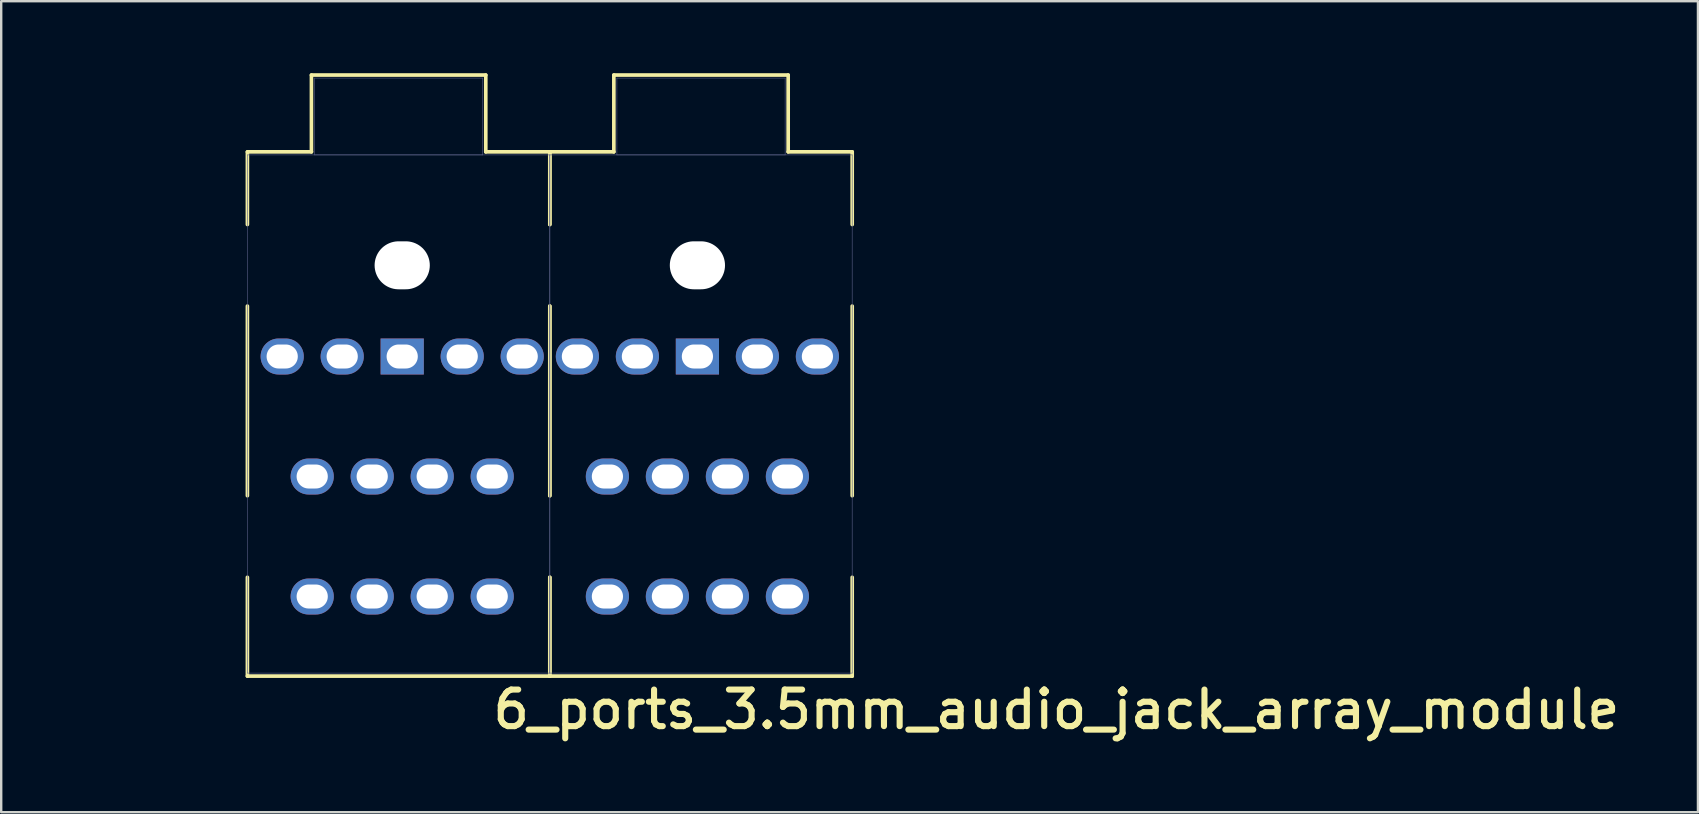
<source format=kicad_pcb>
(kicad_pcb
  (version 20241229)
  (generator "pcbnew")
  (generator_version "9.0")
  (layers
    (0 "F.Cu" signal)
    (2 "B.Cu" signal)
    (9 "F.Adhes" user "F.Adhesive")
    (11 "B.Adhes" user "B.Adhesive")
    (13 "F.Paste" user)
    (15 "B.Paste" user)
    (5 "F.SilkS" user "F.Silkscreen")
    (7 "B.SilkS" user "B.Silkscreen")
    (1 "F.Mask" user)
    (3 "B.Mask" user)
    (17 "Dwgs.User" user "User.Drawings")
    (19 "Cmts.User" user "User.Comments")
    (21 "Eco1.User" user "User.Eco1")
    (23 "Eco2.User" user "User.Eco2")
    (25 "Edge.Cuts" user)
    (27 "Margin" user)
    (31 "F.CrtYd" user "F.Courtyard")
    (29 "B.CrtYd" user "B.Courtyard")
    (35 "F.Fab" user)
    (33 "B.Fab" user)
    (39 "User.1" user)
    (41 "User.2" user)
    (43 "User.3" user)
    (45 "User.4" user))
  (footprint "6_ports_3.5mm_audio_jack_array_module"
    (layer "F.Cu")
    (at 19.858 11.804)
    (property "Reference" "6_ports_3.5mm_audio_jack_array_module" (at -2.5 15.6 0) (unlocked yes) (layer "F.SilkS") (effects (font (size 1.524 1.524) (thickness 0.254)) (justify left bottom)))
    (fp_line (start -12.6 -8.527) (end -12.6 -5.499) (stroke (width 0.152) (type solid)) (layer "F.SilkS"))
    (fp_line (start -12.6 -8.527) (end -9.932 -8.527) (stroke (width 0.152) (type solid)) (layer "F.SilkS"))
    (fp_line (start -12.6 -2.101) (end -12.6 5.801) (stroke (width 0.152) (type solid)) (layer "F.SilkS"))
    (fp_line (start -12.6 9.199) (end -12.6 13.317) (stroke (width 0.152) (type solid)) (layer "F.SilkS"))
    (fp_line (start -12.6 13.317) (end 0 13.317) (stroke (width 0.152) (type solid)) (layer "F.SilkS"))
    (fp_line (start -9.932 -11.727) (end -9.932 -8.527) (stroke (width 0.152) (type solid)) (layer "F.SilkS"))
    (fp_line (start -9.932 -11.727) (end -2.668 -11.727) (stroke (width 0.152) (type solid)) (layer "F.SilkS"))
    (fp_line (start -2.668 -11.727) (end -2.668 -8.527) (stroke (width 0.152) (type solid)) (layer "F.SilkS"))
    (fp_line (start -2.668 -8.527) (end 0 -8.527) (stroke (width 0.152) (type solid)) (layer "F.SilkS"))
    (fp_line (start 0 -8.527) (end 0 -5.499) (stroke (width 0.152) (type solid)) (layer "F.SilkS"))
    (fp_line (start 0 -8.527) (end 0 -5.499) (stroke (width 0.152) (type solid)) (layer "F.SilkS"))
    (fp_line (start 0 -8.527) (end 2.668 -8.527) (stroke (width 0.152) (type solid)) (layer "F.SilkS"))
    (fp_line (start 0 -2.101) (end 0 5.801) (stroke (width 0.152) (type solid)) (layer "F.SilkS"))
    (fp_line (start 0 -2.101) (end 0 5.801) (stroke (width 0.152) (type solid)) (layer "F.SilkS"))
    (fp_line (start 0 9.199) (end 0 13.317) (stroke (width 0.152) (type solid)) (layer "F.SilkS"))
    (fp_line (start 0 9.199) (end 0 13.317) (stroke (width 0.152) (type solid)) (layer "F.SilkS"))
    (fp_line (start 0 13.317) (end 12.6 13.317) (stroke (width 0.152) (type solid)) (layer "F.SilkS"))
    (fp_line (start 2.668 -11.727) (end 2.668 -8.527) (stroke (width 0.152) (type solid)) (layer "F.SilkS"))
    (fp_line (start 2.668 -11.727) (end 9.932 -11.727) (stroke (width 0.152) (type solid)) (layer "F.SilkS"))
    (fp_line (start 9.932 -11.727) (end 9.932 -8.527) (stroke (width 0.152) (type solid)) (layer "F.SilkS"))
    (fp_line (start 9.932 -8.527) (end 12.6 -8.527) (stroke (width 0.152) (type solid)) (layer "F.SilkS"))
    (fp_line (start 12.6 -8.527) (end 12.6 -5.499) (stroke (width 0.152) (type solid)) (layer "F.SilkS"))
    (fp_line (start 12.6 -2.101) (end 12.6 5.801) (stroke (width 0.152) (type solid)) (layer "F.SilkS"))
    (fp_line (start 12.6 9.199) (end 12.6 13.317) (stroke (width 0.152) (type solid)) (layer "F.SilkS"))
    (fp_line (start -12.599 -8.4) (end -12.599 13.19) (stroke (width 0.025) (type solid)) (layer "B.Fab"))
    (fp_line (start -12.599 -8.4) (end -0.001 -8.4) (stroke (width 0.025) (type solid)) (layer "B.Fab"))
    (fp_line (start -12.599 13.19) (end -0.001 13.19) (stroke (width 0.025) (type solid)) (layer "B.Fab"))
    (fp_line (start -9.805 -11.6) (end -9.805 -8.4) (stroke (width 0.025) (type solid)) (layer "B.Fab"))
    (fp_line (start -9.805 -11.6) (end -2.795 -11.6) (stroke (width 0.025) (type solid)) (layer "B.Fab"))
    (fp_line (start -9.805 -8.4) (end -2.795 -8.4) (stroke (width 0.025) (type solid)) (layer "B.Fab"))
    (fp_line (start -2.795 -11.6) (end -2.795 -8.4) (stroke (width 0.025) (type solid)) (layer "B.Fab"))
    (fp_line (start -0.001 -8.4) (end -0.001 13.19) (stroke (width 0.025) (type solid)) (layer "B.Fab"))
    (fp_line (start 0.001 -8.4) (end 0.001 13.19) (stroke (width 0.025) (type solid)) (layer "B.Fab"))
    (fp_line (start 0.001 -8.4) (end 12.599 -8.4) (stroke (width 0.025) (type solid)) (layer "B.Fab"))
    (fp_line (start 0.001 13.19) (end 12.599 13.19) (stroke (width 0.025) (type solid)) (layer "B.Fab"))
    (fp_line (start 2.795 -11.6) (end 2.795 -8.4) (stroke (width 0.025) (type solid)) (layer "B.Fab"))
    (fp_line (start 2.795 -11.6) (end 9.805 -11.6) (stroke (width 0.025) (type solid)) (layer "B.Fab"))
    (fp_line (start 2.795 -8.4) (end 9.805 -8.4) (stroke (width 0.025) (type solid)) (layer "B.Fab"))
    (fp_line (start 9.805 -11.6) (end 9.805 -8.4) (stroke (width 0.025) (type solid)) (layer "B.Fab"))
    (fp_line (start 12.599 -8.4) (end 12.599 13.19) (stroke (width 0.025) (type solid)) (layer "B.Fab"))
    (fp_circle (center -18.9 0) (end -18.002 0) (stroke (width 0.12) (type solid)) (fill no) (layer "User.1"))
    (fp_circle (center -6.3 0.000036) (end -6 0.2) (stroke (width 0.12) (type solid)) (fill no) (layer "User.1"))
    (fp_circle (center -1.3 0) (end -1.1 0.1) (stroke (width 0.12) (type solid)) (fill no) (layer "User.1"))
    (fp_circle (center 1.3 0) (end 1.4 0.2) (stroke (width 0.12) (type solid)) (fill no) (layer "User.1"))
    (fp_circle (center 6.3 0) (end 6.5 0.2) (stroke (width 0.12) (type solid)) (fill no) (layer "User.1"))
    (fp_circle (center 18.9 0) (end 19.798 0) (stroke (width 0.12) (type solid)) (fill no) (layer "User.1"))
    (fp_line (start -13.1 -4.95) (end -12.1 -4.95) (stroke (width 0.12) (type solid)) (layer "User.2"))
    (fp_line (start -13.1 -2.65) (end -12.1 -2.65) (stroke (width 0.12) (type solid)) (layer "User.2"))
    (fp_line (start -13.1 6.35) (end -12.1 6.35) (stroke (width 0.12) (type solid)) (layer "User.2"))
    (fp_line (start -13.1 8.65) (end -12.1 8.65) (stroke (width 0.12) (type solid)) (layer "User.2"))
    (fp_line (start -0.5 -4.95) (end 0.5 -4.95) (stroke (width 0.12) (type solid)) (layer "User.2"))
    (fp_line (start -0.5 -2.65) (end 0.5 -2.65) (stroke (width 0.12) (type solid)) (layer "User.2"))
    (fp_line (start -0.5 6.35) (end 0.5 6.35) (stroke (width 0.12) (type solid)) (layer "User.2"))
    (fp_line (start -0.5 8.65) (end 0.5 8.65) (stroke (width 0.12) (type solid)) (layer "User.2"))
    (fp_line (start 12.05 -4.95) (end 13.05 -4.95) (stroke (width 0.12) (type solid)) (layer "User.2"))
    (fp_line (start 12.05 -2.65) (end 13.05 -2.65) (stroke (width 0.12) (type solid)) (layer "User.2"))
    (fp_line (start 12.05 6.35) (end 13.05 6.35) (stroke (width 0.12) (type solid)) (layer "User.2"))
    (fp_line (start 12.05 8.65) (end 13.05 8.65) (stroke (width 0.12) (type solid)) (layer "User.2"))
    (fp_arc (start -13.1 -2.65) (mid -14.25 -3.8) (end -13.1 -4.95) (stroke (width 0.12) (type solid)) (layer "User.2"))
    (fp_arc (start -13.1 8.65) (mid -14.25 7.5) (end -13.1 6.35) (stroke (width 0.12) (type solid)) (layer "User.2"))
    (fp_arc (start -12.1 -4.95) (mid -10.95 -3.8) (end -12.1 -2.65) (stroke (width 0.12) (type solid)) (layer "User.2"))
    (fp_arc (start -12.1 6.35) (mid -10.95 7.5) (end -12.1 8.65) (stroke (width 0.12) (type solid)) (layer "User.2"))
    (fp_arc (start -0.5 -2.65) (mid -1.65 -3.8) (end -0.5 -4.95) (stroke (width 0.12) (type solid)) (layer "User.2"))
    (fp_arc (start -0.5 8.65) (mid -1.65 7.5) (end -0.5 6.35) (stroke (width 0.12) (type solid)) (layer "User.2"))
    (fp_arc (start 0.5 -4.95) (mid 1.65 -3.8) (end 0.5 -2.65) (stroke (width 0.12) (type solid)) (layer "User.2"))
    (fp_arc (start 0.5 6.35) (mid 1.65 7.5) (end 0.5 8.65) (stroke (width 0.12) (type solid)) (layer "User.2"))
    (fp_arc (start 12.05 -2.65) (mid 10.9 -3.8) (end 12.05 -4.95) (stroke (width 0.12) (type solid)) (layer "User.2"))
    (fp_arc (start 12.05 8.65) (mid 10.9 7.5) (end 12.05 6.35) (stroke (width 0.12) (type solid)) (layer "User.2"))
    (fp_arc (start 13.05 -4.95) (mid 14.2 -3.8) (end 13.05 -2.65) (stroke (width 0.12) (type solid)) (layer "User.2"))
    (fp_arc (start 13.05 6.35) (mid 14.2 7.5) (end 13.05 8.65) (stroke (width 0.12) (type solid)) (layer "User.2"))
    (fp_circle (center -6 0) (end -5.8 0.1) (stroke (width 0.12) (type solid)) (fill no) (layer "User.2"))
    (fp_circle (center -1 0) (end -0.776 0) (stroke (width 0.12) (type solid)) (fill no) (layer "User.2"))
    (fp_circle (center 1 0) (end 1.2 0.1) (stroke (width 0.12) (type solid)) (fill no) (layer "User.2"))
    (fp_circle (center 6 0) (end 6.2 0.1) (stroke (width 0.12) (type solid)) (fill no) (layer "User.2"))
    (pad "" np_thru_hole oval (at -6.15 -3.8) (size 2.3 2) (drill oval 2.3 2) (layers "*.Cu" "*.Mask"))
    (pad "" np_thru_hole oval (at 6.15 -3.8) (size 2.3 2) (drill oval 2.3 2) (layers "*.Cu" "*.Mask"))
    (pad "1A" thru_hole rect (at 6.15 0) (size 1.8 1.499) (drill oval 1.3 1) (layers "*.Cu" "*.Mask"))
    (pad "1B" thru_hole rect (at -6.15 0) (size 1.8 1.499) (drill oval 1.3 1) (layers "*.Cu" "*.Mask"))
    (pad "2A" thru_hole oval (at 11.15 -0.000036) (size 1.8 1.5) (drill oval 1.3 1) (layers "*.Cu" "*.Mask"))
    (pad "2B" thru_hole oval (at -1.15 -0.000036) (size 1.8 1.5) (drill oval 1.3 1) (layers "*.Cu" "*.Mask"))
    (pad "3A" thru_hole oval (at 8.65 -0.000036) (size 1.8 1.5) (drill oval 1.3 1) (layers "*.Cu" "*.Mask"))
    (pad "3B" thru_hole oval (at -3.65 -0.000036) (size 1.8 1.5) (drill oval 1.3 1) (layers "*.Cu" "*.Mask"))
    (pad "4A" thru_hole oval (at 3.65 -0.000036) (size 1.8 1.5) (drill oval 1.3 1) (layers "*.Cu" "*.Mask"))
    (pad "4B" thru_hole oval (at -8.65 -0.000036) (size 1.8 1.5) (drill oval 1.3 1) (layers "*.Cu" "*.Mask"))
    (pad "5A" thru_hole oval (at 1.15 -0.000036) (size 1.8 1.5) (drill oval 1.3 1) (layers "*.Cu" "*.Mask"))
    (pad "5B" thru_hole oval (at -11.15 -0.000036) (size 1.8 1.5) (drill oval 1.3 1) (layers "*.Cu" "*.Mask"))
    (pad "22A" thru_hole oval (at 9.9 5) (size 1.8 1.5) (drill oval 1.3 1) (layers "*.Cu" "*.Mask"))
    (pad "22B" thru_hole oval (at -2.4 5) (size 1.8 1.5) (drill oval 1.3 1) (layers "*.Cu" "*.Mask"))
    (pad "23A" thru_hole oval (at 7.4 5) (size 1.8 1.5) (drill oval 1.3 1) (layers "*.Cu" "*.Mask"))
    (pad "23B" thru_hole oval (at -4.9 5) (size 1.8 1.5) (drill oval 1.3 1) (layers "*.Cu" "*.Mask"))
    (pad "24A" thru_hole oval (at 4.9 5) (size 1.8 1.5) (drill oval 1.3 1) (layers "*.Cu" "*.Mask"))
    (pad "24B" thru_hole oval (at -7.4 5) (size 1.8 1.5) (drill oval 1.3 1) (layers "*.Cu" "*.Mask"))
    (pad "25A" thru_hole oval (at 2.4 5) (size 1.8 1.5) (drill oval 1.3 1) (layers "*.Cu" "*.Mask"))
    (pad "25B" thru_hole oval (at -9.9 5) (size 1.8 1.5) (drill oval 1.3 1) (layers "*.Cu" "*.Mask"))
    (pad "32A" thru_hole oval (at 9.9 10) (size 1.8 1.5) (drill oval 1.3 1) (layers "*.Cu" "*.Mask"))
    (pad "32B" thru_hole oval (at -2.4 10) (size 1.8 1.5) (drill oval 1.3 1) (layers "*.Cu" "*.Mask"))
    (pad "33A" thru_hole oval (at 7.4 10) (size 1.8 1.5) (drill oval 1.3 1) (layers "*.Cu" "*.Mask"))
    (pad "33B" thru_hole oval (at -4.9 10) (size 1.8 1.5) (drill oval 1.3 1) (layers "*.Cu" "*.Mask"))
    (pad "34A" thru_hole oval (at 4.9 10) (size 1.8 1.5) (drill oval 1.3 1) (layers "*.Cu" "*.Mask"))
    (pad "34B" thru_hole oval (at -7.4 10) (size 1.8 1.5) (drill oval 1.3 1) (layers "*.Cu" "*.Mask"))
    (pad "35A" thru_hole oval (at 2.4 10) (size 1.8 1.5) (drill oval 1.3 1) (layers "*.Cu" "*.Mask"))
    (pad "35B" thru_hole oval (at -9.9 10) (size 1.8 1.5) (drill oval 1.3 1) (layers "*.Cu" "*.Mask")))
  (gr_rect
    (start -3 -3)
    (end 67.696 30.792)
    (stroke (width 0.1) (type default))
    (fill no)
    (layer "Edge.Cuts")))
</source>
